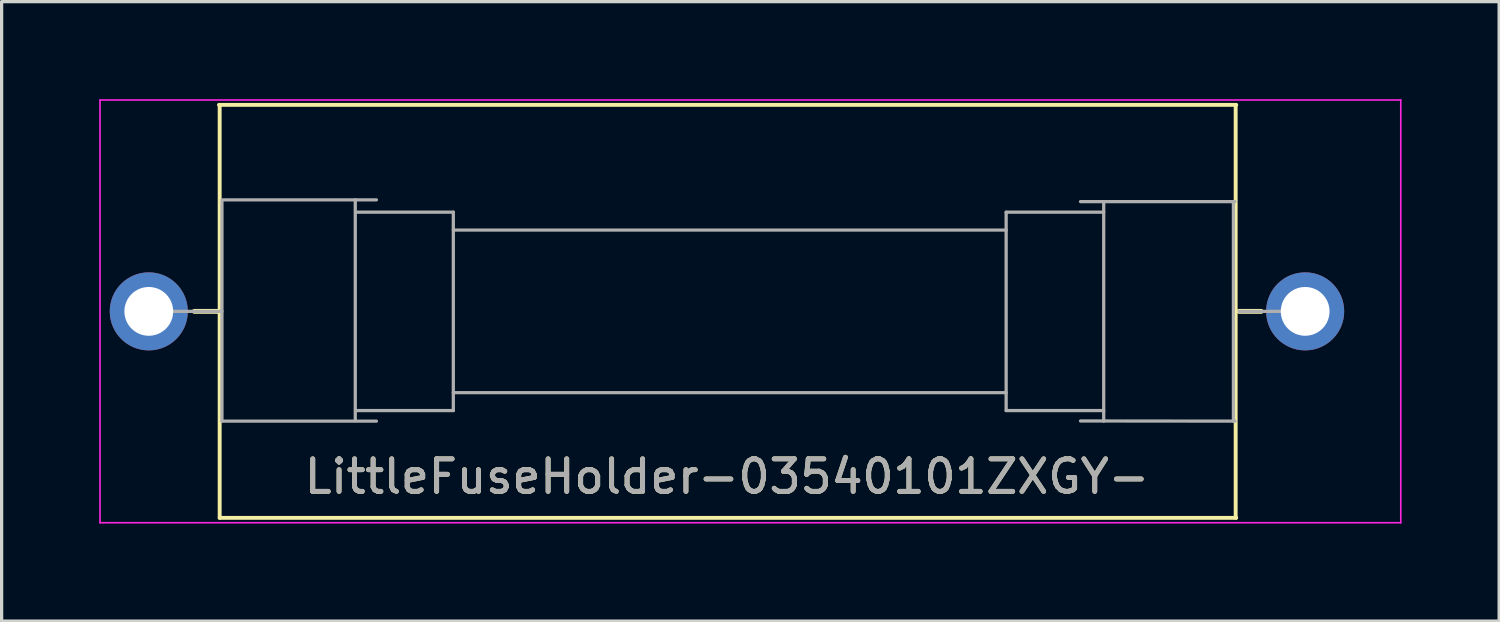
<source format=kicad_pcb>
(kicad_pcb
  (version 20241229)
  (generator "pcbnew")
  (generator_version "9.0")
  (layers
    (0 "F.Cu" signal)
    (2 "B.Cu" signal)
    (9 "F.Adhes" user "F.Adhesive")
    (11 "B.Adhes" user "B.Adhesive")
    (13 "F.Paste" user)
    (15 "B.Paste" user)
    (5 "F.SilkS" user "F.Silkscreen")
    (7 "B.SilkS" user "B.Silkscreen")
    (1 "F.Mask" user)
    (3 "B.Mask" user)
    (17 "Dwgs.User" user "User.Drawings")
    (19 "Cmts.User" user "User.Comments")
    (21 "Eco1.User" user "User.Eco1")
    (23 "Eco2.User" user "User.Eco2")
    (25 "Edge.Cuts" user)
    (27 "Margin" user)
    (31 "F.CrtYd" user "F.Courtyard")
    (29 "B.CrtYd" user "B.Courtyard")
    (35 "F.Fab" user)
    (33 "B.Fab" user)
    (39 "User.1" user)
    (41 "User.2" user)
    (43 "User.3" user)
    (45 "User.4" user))
  (footprint "LittleFuseHolder-03540101ZXGY-"
    (layer "F.Cu")
    (at 1.525 6.525)
    (property "Reference" "LittleFuseHolder-03540101ZXGY-" (at 17.78 5.08 0) (layer "F.SilkS") (effects (font (size 1 1) (thickness 0.15))))
    (attr through_hole)
    (fp_line (start 1.4 0) (end 2.18 0) (stroke (width 0.15) (type solid)) (layer "F.SilkS"))
    (fp_line (start 2.159 -6.35) (end 33.44 -6.35) (stroke (width 0.12) (type solid)) (layer "F.SilkS"))
    (fp_line (start 2.18 -6.35) (end 2.18 6.35) (stroke (width 0.12) (type solid)) (layer "F.SilkS"))
    (fp_line (start 2.18 6.35) (end 33.44 6.35) (stroke (width 0.12) (type solid)) (layer "F.SilkS"))
    (fp_line (start 33.423 6.35) (end 33.423 -6.35) (stroke (width 0.12) (type solid)) (layer "F.SilkS"))
    (fp_line (start 33.528 0) (end 34.208 0) (stroke (width 0.15) (type solid)) (layer "F.SilkS"))
    (fp_line (start -1.5 -6.5) (end -1.5 6.5) (stroke (width 0.05) (type solid)) (layer "F.CrtYd"))
    (fp_line (start -1.5 -6.5) (end 38.5 -6.5) (stroke (width 0.05) (type solid)) (layer "F.CrtYd"))
    (fp_line (start -1.5 6.5) (end 38.5 6.5) (stroke (width 0.05) (type solid)) (layer "F.CrtYd"))
    (fp_line (start 38.5 6.5) (end 38.5 -6.5) (stroke (width 0.05) (type solid)) (layer "F.CrtYd"))
    (fp_line (start 0 0) (end 2.25 0) (stroke (width 0.1) (type solid)) (layer "F.Fab"))
    (fp_line (start 2.25 -3.429) (end 7 -3.429) (stroke (width 0.1) (type solid)) (layer "F.Fab"))
    (fp_line (start 2.25 -3.375) (end 2.25 3.375) (stroke (width 0.1) (type solid)) (layer "F.Fab"))
    (fp_line (start 2.25 3.375) (end 7 3.375) (stroke (width 0.1) (type solid)) (layer "F.Fab"))
    (fp_line (start 6.35 -3.429) (end 6.35 3.321) (stroke (width 0.1) (type solid)) (layer "F.Fab"))
    (fp_line (start 6.365 -3.05) (end 9.365 -3.05) (stroke (width 0.1) (type solid)) (layer "F.Fab"))
    (fp_line (start 6.365 3.05) (end 9.365 3.05) (stroke (width 0.1) (type solid)) (layer "F.Fab"))
    (fp_line (start 9.365 -2.5) (end 26.365 -2.5) (stroke (width 0.1) (type solid)) (layer "F.Fab"))
    (fp_line (start 9.365 2.5) (end 26.365 2.5) (stroke (width 0.1) (type solid)) (layer "F.Fab"))
    (fp_line (start 9.365 3.05) (end 9.365 -3.05) (stroke (width 0.1) (type solid)) (layer "F.Fab"))
    (fp_line (start 26.365 -3.05) (end 29.365 -3.05) (stroke (width 0.1) (type solid)) (layer "F.Fab"))
    (fp_line (start 26.365 3.05) (end 26.365 -3.05) (stroke (width 0.1) (type solid)) (layer "F.Fab"))
    (fp_line (start 26.365 3.05) (end 29.365 3.05) (stroke (width 0.1) (type solid)) (layer "F.Fab"))
    (fp_line (start 28.651 -3.375) (end 33.401 -3.375) (stroke (width 0.1) (type solid)) (layer "F.Fab"))
    (fp_line (start 28.651 3.37) (end 33.401 3.375) (stroke (width 0.1) (type solid)) (layer "F.Fab"))
    (fp_line (start 29.365 -3.375) (end 29.365 3.375) (stroke (width 0.1) (type solid)) (layer "F.Fab"))
    (fp_line (start 33.353 -3.375) (end 33.353 3.375) (stroke (width 0.1) (type solid)) (layer "F.Fab"))
    (fp_line (start 33.528 0) (end 35.778 0) (stroke (width 0.1) (type solid)) (layer "F.Fab"))
    (fp_text user "${REFERENCE}" (at 17.78 5.08 0) (layer "F.Fab") (effects (font (size 1 1) (thickness 0.15))))
    (pad "1" thru_hole circle (at 0 0) (size 2.4 2.4) (drill 1.5) (layers "*.Cu" "*.Mask"))
    (pad "2" thru_hole circle (at 35.56 0) (size 2.4 2.4) (drill 1.5) (layers "*.Cu" "*.Mask")))
  (gr_rect
    (start -3 -3)
    (end 43.05 16.05)
    (stroke (width 0.1) (type default))
    (fill no)
    (layer "Edge.Cuts")))
</source>
